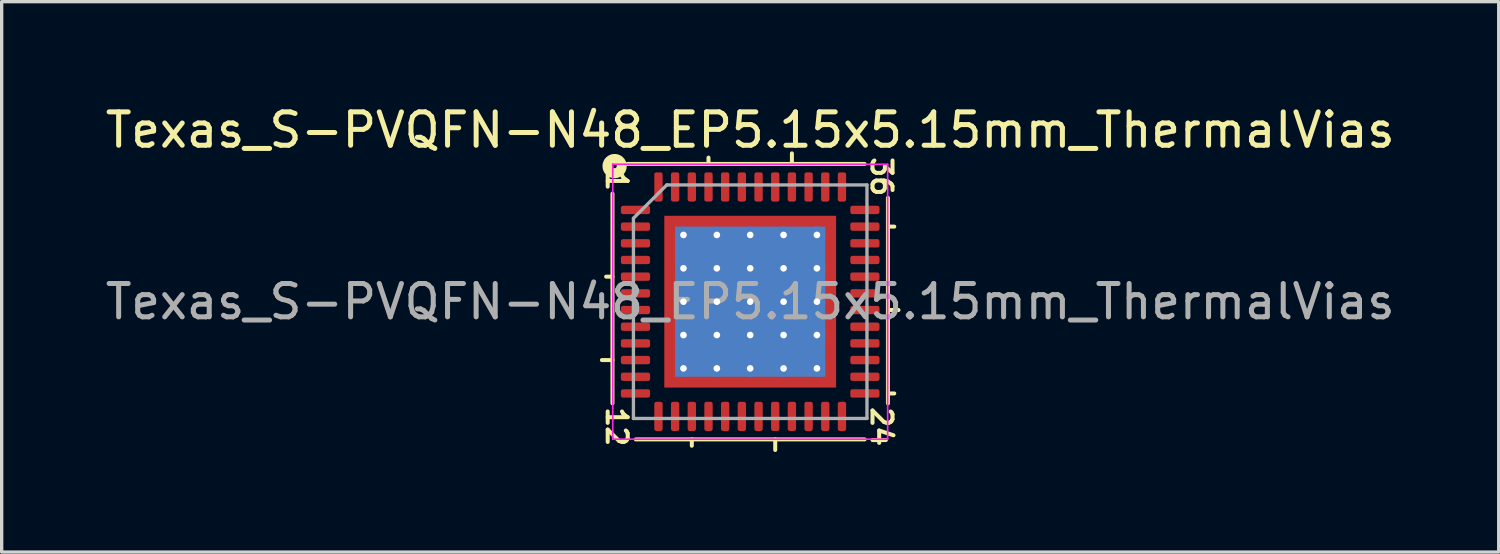
<source format=kicad_pcb>
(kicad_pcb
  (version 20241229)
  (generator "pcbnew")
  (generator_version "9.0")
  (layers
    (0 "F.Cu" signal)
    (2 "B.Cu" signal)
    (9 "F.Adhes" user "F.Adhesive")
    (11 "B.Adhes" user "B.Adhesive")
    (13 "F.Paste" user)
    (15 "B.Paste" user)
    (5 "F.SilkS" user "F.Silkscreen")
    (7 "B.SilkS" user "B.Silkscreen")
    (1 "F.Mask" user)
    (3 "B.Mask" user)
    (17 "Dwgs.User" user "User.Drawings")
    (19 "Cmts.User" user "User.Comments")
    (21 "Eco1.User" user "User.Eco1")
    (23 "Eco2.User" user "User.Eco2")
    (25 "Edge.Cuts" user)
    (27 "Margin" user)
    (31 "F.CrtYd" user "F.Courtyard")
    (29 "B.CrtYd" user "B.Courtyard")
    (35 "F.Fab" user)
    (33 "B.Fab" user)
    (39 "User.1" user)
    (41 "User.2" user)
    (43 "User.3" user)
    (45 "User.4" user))
  (footprint "Texas_S-PVQFN-N48_EP5.15x5.15mm_ThermalVias"
    (layer "F.Cu")
    (at 19.435 5.992)
    (property "Reference" "Texas_S-PVQFN-N48_EP5.15x5.15mm_ThermalVias" (at 0 -5.144 0) (layer "F.SilkS") (effects (font (size 1 1) (thickness 0.15))))
    (attr smd)
    (fp_line (start -4.128 -3.239) (end -4.128 3.048) (stroke (width 0.12) (type solid)) (layer "F.SilkS"))
    (fp_line (start -4.128 -0.75) (end -4.318 -0.75) (stroke (width 0.12) (type solid)) (layer "F.SilkS"))
    (fp_line (start -4.128 1.75) (end -4.445 1.75) (stroke (width 0.12) (type solid)) (layer "F.SilkS"))
    (fp_line (start -3.429 4.128) (end 3.429 4.128) (stroke (width 0.12) (type solid)) (layer "F.SilkS"))
    (fp_line (start -1.75 4.128) (end -1.75 4.318) (stroke (width 0.12) (type solid)) (layer "F.SilkS"))
    (fp_line (start -1.25 -4.128) (end -1.25 -4.318) (stroke (width 0.12) (type solid)) (layer "F.SilkS"))
    (fp_line (start 0.75 4.128) (end 0.75 4.445) (stroke (width 0.12) (type solid)) (layer "F.SilkS"))
    (fp_line (start 1.25 -4.128) (end 1.25 -4.445) (stroke (width 0.12) (type solid)) (layer "F.SilkS"))
    (fp_line (start 3.429 -4.128) (end -3.683 -4.128) (stroke (width 0.12) (type solid)) (layer "F.SilkS"))
    (fp_line (start 4.128 -2.25) (end 4.318 -2.25) (stroke (width 0.12) (type solid)) (layer "F.SilkS"))
    (fp_line (start 4.128 0.25) (end 4.445 0.25) (stroke (width 0.12) (type solid)) (layer "F.SilkS"))
    (fp_line (start 4.128 2.75) (end 4.318 2.75) (stroke (width 0.12) (type solid)) (layer "F.SilkS"))
    (fp_line (start 4.128 3.048) (end 4.128 -3.111) (stroke (width 0.12) (type solid)) (layer "F.SilkS"))
    (fp_circle (center -4.064 -4.064) (end -4 -4.064) (stroke (width 0.3) (type solid)) (fill no) (layer "F.SilkS"))
    (fp_line (start -4.12 -4.12) (end -4.12 4.12) (stroke (width 0.05) (type solid)) (layer "F.CrtYd"))
    (fp_line (start -4.12 4.12) (end 4.12 4.12) (stroke (width 0.05) (type solid)) (layer "F.CrtYd"))
    (fp_line (start 4.12 -4.12) (end -4.12 -4.12) (stroke (width 0.05) (type solid)) (layer "F.CrtYd"))
    (fp_line (start 4.12 4.12) (end 4.12 -4.12) (stroke (width 0.05) (type solid)) (layer "F.CrtYd"))
    (fp_line (start -3.5 -2.5) (end -2.5 -3.5) (stroke (width 0.1) (type solid)) (layer "F.Fab"))
    (fp_line (start -3.5 3.5) (end -3.5 -2.5) (stroke (width 0.1) (type solid)) (layer "F.Fab"))
    (fp_line (start -2.5 -3.5) (end 3.5 -3.5) (stroke (width 0.1) (type solid)) (layer "F.Fab"))
    (fp_line (start 3.5 -3.5) (end 3.5 3.5) (stroke (width 0.1) (type solid)) (layer "F.Fab"))
    (fp_line (start 3.5 3.5) (end -3.5 3.5) (stroke (width 0.1) (type solid)) (layer "F.Fab"))
    (fp_text user "1" (at -4 -3.619 270) (unlocked yes) (layer "F.SilkS") (effects (font (size 0.6 0.6) (thickness 0.12))))
    (fp_text user "36" (at 3.937 -3.747 270) (unlocked yes) (layer "F.SilkS") (effects (font (size 0.6 0.6) (thickness 0.12))))
    (fp_text user "24" (at 3.937 3.747 270) (unlocked yes) (layer "F.SilkS") (effects (font (size 0.6 0.6) (thickness 0.12))))
    (fp_text user "12" (at -4 3.747 270) (unlocked yes) (layer "F.SilkS") (effects (font (size 0.6 0.6) (thickness 0.12))))
    (fp_text user "${REFERENCE}" (at 0 0 0) (layer "F.Fab") (effects (font (size 1 1) (thickness 0.15))))
    (pad "" smd custom (at -2.288 -2.288) (size 0.342 0.342) (layers "F.Paste") (options (anchor circle)) (primitives (gr_poly (pts (xy 0.116 0.012) (xy 0.012 0.116) (xy -0.116 0.116) (xy -0.116 -0.116) (xy 0.116 -0.116)) (width 0.232) (fill yes))))
    (pad "" smd custom (at -2.288 -1.5) (size 0.371 0.371) (layers "F.Paste") (options (anchor circle)) (primitives (gr_poly (pts (xy 0.14 -0.235) (xy 0.14 0.235) (xy 0.063 0.311) (xy -0.14 0.311) (xy -0.14 -0.311) (xy 0.063 -0.311)) (width 0.184) (fill yes))))
    (pad "" smd custom (at -2.288 -0.5) (size 0.371 0.371) (layers "F.Paste") (options (anchor circle)) (primitives (gr_poly (pts (xy 0.14 -0.235) (xy 0.14 0.235) (xy 0.063 0.311) (xy -0.14 0.311) (xy -0.14 -0.311) (xy 0.063 -0.311)) (width 0.184) (fill yes))))
    (pad "" smd custom (at -2.288 0.5) (size 0.371 0.371) (layers "F.Paste") (options (anchor circle)) (primitives (gr_poly (pts (xy 0.14 -0.235) (xy 0.14 0.235) (xy 0.063 0.311) (xy -0.14 0.311) (xy -0.14 -0.311) (xy 0.063 -0.311)) (width 0.184) (fill yes))))
    (pad "" smd custom (at -2.288 1.5) (size 0.371 0.371) (layers "F.Paste") (options (anchor circle)) (primitives (gr_poly (pts (xy 0.14 -0.235) (xy 0.14 0.235) (xy 0.063 0.311) (xy -0.14 0.311) (xy -0.14 -0.311) (xy 0.063 -0.311)) (width 0.184) (fill yes))))
    (pad "" smd custom (at -2.288 2.288) (size 0.342 0.342) (layers "F.Paste") (options (anchor circle)) (primitives (gr_poly (pts (xy 0.116 -0.012) (xy 0.116 0.116) (xy -0.116 0.116) (xy -0.116 -0.116) (xy 0.012 -0.116)) (width 0.232) (fill yes))))
    (pad "" smd custom (at -1.5 -2.288) (size 0.371 0.371) (layers "F.Paste") (options (anchor circle)) (primitives (gr_poly (pts (xy 0.311 0.063) (xy 0.235 0.14) (xy -0.235 0.14) (xy -0.311 0.063) (xy -0.311 -0.14) (xy 0.311 -0.14)) (width 0.184) (fill yes))))
    (pad "" smd roundrect (at -1.5 -1.5) (size 0.806 0.806) (layers "F.Paste") (roundrect_rratio 0.25))
    (pad "" smd roundrect (at -1.5 -0.5) (size 0.806 0.806) (layers "F.Paste") (roundrect_rratio 0.25))
    (pad "" smd roundrect (at -1.5 0.5) (size 0.806 0.806) (layers "F.Paste") (roundrect_rratio 0.25))
    (pad "" smd roundrect (at -1.5 1.5) (size 0.806 0.806) (layers "F.Paste") (roundrect_rratio 0.25))
    (pad "" smd custom (at -1.5 2.288) (size 0.371 0.371) (layers "F.Paste") (options (anchor circle)) (primitives (gr_poly (pts (xy 0.311 -0.063) (xy 0.311 0.14) (xy -0.311 0.14) (xy -0.311 -0.063) (xy -0.235 -0.14) (xy 0.235 -0.14)) (width 0.184) (fill yes))))
    (pad "" smd custom (at -0.5 -2.288) (size 0.371 0.371) (layers "F.Paste") (options (anchor circle)) (primitives (gr_poly (pts (xy 0.311 0.063) (xy 0.235 0.14) (xy -0.235 0.14) (xy -0.311 0.063) (xy -0.311 -0.14) (xy 0.311 -0.14)) (width 0.184) (fill yes))))
    (pad "" smd roundrect (at -0.5 -1.5) (size 0.806 0.806) (layers "F.Paste") (roundrect_rratio 0.25))
    (pad "" smd roundrect (at -0.5 -0.5) (size 0.806 0.806) (layers "F.Paste") (roundrect_rratio 0.25))
    (pad "" smd roundrect (at -0.5 0.5) (size 0.806 0.806) (layers "F.Paste") (roundrect_rratio 0.25))
    (pad "" smd roundrect (at -0.5 1.5) (size 0.806 0.806) (layers "F.Paste") (roundrect_rratio 0.25))
    (pad "" smd custom (at -0.5 2.288) (size 0.371 0.371) (layers "F.Paste") (options (anchor circle)) (primitives (gr_poly (pts (xy 0.311 -0.063) (xy 0.311 0.14) (xy -0.311 0.14) (xy -0.311 -0.063) (xy -0.235 -0.14) (xy 0.235 -0.14)) (width 0.184) (fill yes))))
    (pad "" smd custom (at 0.5 -2.288) (size 0.371 0.371) (layers "F.Paste") (options (anchor circle)) (primitives (gr_poly (pts (xy 0.311 0.063) (xy 0.235 0.14) (xy -0.235 0.14) (xy -0.311 0.063) (xy -0.311 -0.14) (xy 0.311 -0.14)) (width 0.184) (fill yes))))
    (pad "" smd roundrect (at 0.5 -1.5) (size 0.806 0.806) (layers "F.Paste") (roundrect_rratio 0.25))
    (pad "" smd roundrect (at 0.5 -0.5) (size 0.806 0.806) (layers "F.Paste") (roundrect_rratio 0.25))
    (pad "" smd roundrect (at 0.5 0.5) (size 0.806 0.806) (layers "F.Paste") (roundrect_rratio 0.25))
    (pad "" smd roundrect (at 0.5 1.5) (size 0.806 0.806) (layers "F.Paste") (roundrect_rratio 0.25))
    (pad "" smd custom (at 0.5 2.288) (size 0.371 0.371) (layers "F.Paste") (options (anchor circle)) (primitives (gr_poly (pts (xy 0.311 -0.063) (xy 0.311 0.14) (xy -0.311 0.14) (xy -0.311 -0.063) (xy -0.235 -0.14) (xy 0.235 -0.14)) (width 0.184) (fill yes))))
    (pad "" smd custom (at 1.5 -2.288) (size 0.371 0.371) (layers "F.Paste") (options (anchor circle)) (primitives (gr_poly (pts (xy 0.311 0.063) (xy 0.235 0.14) (xy -0.235 0.14) (xy -0.311 0.063) (xy -0.311 -0.14) (xy 0.311 -0.14)) (width 0.184) (fill yes))))
    (pad "" smd roundrect (at 1.5 -1.5) (size 0.806 0.806) (layers "F.Paste") (roundrect_rratio 0.25))
    (pad "" smd roundrect (at 1.5 -0.5) (size 0.806 0.806) (layers "F.Paste") (roundrect_rratio 0.25))
    (pad "" smd roundrect (at 1.5 0.5) (size 0.806 0.806) (layers "F.Paste") (roundrect_rratio 0.25))
    (pad "" smd roundrect (at 1.5 1.5) (size 0.806 0.806) (layers "F.Paste") (roundrect_rratio 0.25))
    (pad "" smd custom (at 1.5 2.288) (size 0.371 0.371) (layers "F.Paste") (options (anchor circle)) (primitives (gr_poly (pts (xy 0.311 -0.063) (xy 0.311 0.14) (xy -0.311 0.14) (xy -0.311 -0.063) (xy -0.235 -0.14) (xy 0.235 -0.14)) (width 0.184) (fill yes))))
    (pad "" smd custom (at 2.288 -2.288) (size 0.342 0.342) (layers "F.Paste") (options (anchor circle)) (primitives (gr_poly (pts (xy 0.116 0.116) (xy -0.012 0.116) (xy -0.116 0.012) (xy -0.116 -0.116) (xy 0.116 -0.116)) (width 0.232) (fill yes))))
    (pad "" smd custom (at 2.288 -1.5) (size 0.371 0.371) (layers "F.Paste") (options (anchor circle)) (primitives (gr_poly (pts (xy 0.14 0.311) (xy -0.063 0.311) (xy -0.14 0.235) (xy -0.14 -0.235) (xy -0.063 -0.311) (xy 0.14 -0.311)) (width 0.184) (fill yes))))
    (pad "" smd custom (at 2.288 -0.5) (size 0.371 0.371) (layers "F.Paste") (options (anchor circle)) (primitives (gr_poly (pts (xy 0.14 0.311) (xy -0.063 0.311) (xy -0.14 0.235) (xy -0.14 -0.235) (xy -0.063 -0.311) (xy 0.14 -0.311)) (width 0.184) (fill yes))))
    (pad "" smd custom (at 2.288 0.5) (size 0.371 0.371) (layers "F.Paste") (options (anchor circle)) (primitives (gr_poly (pts (xy 0.14 0.311) (xy -0.063 0.311) (xy -0.14 0.235) (xy -0.14 -0.235) (xy -0.063 -0.311) (xy 0.14 -0.311)) (width 0.184) (fill yes))))
    (pad "" smd custom (at 2.288 1.5) (size 0.371 0.371) (layers "F.Paste") (options (anchor circle)) (primitives (gr_poly (pts (xy 0.14 0.311) (xy -0.063 0.311) (xy -0.14 0.235) (xy -0.14 -0.235) (xy -0.063 -0.311) (xy 0.14 -0.311)) (width 0.184) (fill yes))))
    (pad "" smd custom (at 2.288 2.288) (size 0.342 0.342) (layers "F.Paste") (options (anchor circle)) (primitives (gr_poly (pts (xy 0.116 0.116) (xy -0.116 0.116) (xy -0.116 -0.012) (xy -0.012 -0.116) (xy 0.116 -0.116)) (width 0.232) (fill yes))))
    (pad "1" smd roundrect (at -3.438 -2.75) (size 0.875 0.25) (layers "F.Cu" "F.Mask" "F.Paste") (roundrect_rratio 0.25))
    (pad "2" smd roundrect (at -3.438 -2.25) (size 0.875 0.25) (layers "F.Cu" "F.Mask" "F.Paste") (roundrect_rratio 0.25))
    (pad "3" smd roundrect (at -3.438 -1.75) (size 0.875 0.25) (layers "F.Cu" "F.Mask" "F.Paste") (roundrect_rratio 0.25))
    (pad "4" smd roundrect (at -3.438 -1.25) (size 0.875 0.25) (layers "F.Cu" "F.Mask" "F.Paste") (roundrect_rratio 0.25))
    (pad "5" smd roundrect (at -3.438 -0.75) (size 0.875 0.25) (layers "F.Cu" "F.Mask" "F.Paste") (roundrect_rratio 0.25))
    (pad "6" smd roundrect (at -3.438 -0.25) (size 0.875 0.25) (layers "F.Cu" "F.Mask" "F.Paste") (roundrect_rratio 0.25))
    (pad "7" smd roundrect (at -3.438 0.25) (size 0.875 0.25) (layers "F.Cu" "F.Mask" "F.Paste") (roundrect_rratio 0.25))
    (pad "8" smd roundrect (at -3.438 0.75) (size 0.875 0.25) (layers "F.Cu" "F.Mask" "F.Paste") (roundrect_rratio 0.25))
    (pad "9" smd roundrect (at -3.438 1.25) (size 0.875 0.25) (layers "F.Cu" "F.Mask" "F.Paste") (roundrect_rratio 0.25))
    (pad "10" smd roundrect (at -3.438 1.75) (size 0.875 0.25) (layers "F.Cu" "F.Mask" "F.Paste") (roundrect_rratio 0.25))
    (pad "11" smd roundrect (at -3.438 2.25) (size 0.875 0.25) (layers "F.Cu" "F.Mask" "F.Paste") (roundrect_rratio 0.25))
    (pad "12" smd roundrect (at -3.438 2.75) (size 0.875 0.25) (layers "F.Cu" "F.Mask" "F.Paste") (roundrect_rratio 0.25))
    (pad "13" smd roundrect (at -2.75 3.438) (size 0.25 0.875) (layers "F.Cu" "F.Mask" "F.Paste") (roundrect_rratio 0.25))
    (pad "14" smd roundrect (at -2.25 3.438) (size 0.25 0.875) (layers "F.Cu" "F.Mask" "F.Paste") (roundrect_rratio 0.25))
    (pad "15" smd roundrect (at -1.75 3.438) (size 0.25 0.875) (layers "F.Cu" "F.Mask" "F.Paste") (roundrect_rratio 0.25))
    (pad "16" smd roundrect (at -1.25 3.438) (size 0.25 0.875) (layers "F.Cu" "F.Mask" "F.Paste") (roundrect_rratio 0.25))
    (pad "17" smd roundrect (at -0.75 3.438) (size 0.25 0.875) (layers "F.Cu" "F.Mask" "F.Paste") (roundrect_rratio 0.25))
    (pad "18" smd roundrect (at -0.25 3.438) (size 0.25 0.875) (layers "F.Cu" "F.Mask" "F.Paste") (roundrect_rratio 0.25))
    (pad "19" smd roundrect (at 0.25 3.438) (size 0.25 0.875) (layers "F.Cu" "F.Mask" "F.Paste") (roundrect_rratio 0.25))
    (pad "20" smd roundrect (at 0.75 3.438) (size 0.25 0.875) (layers "F.Cu" "F.Mask" "F.Paste") (roundrect_rratio 0.25))
    (pad "21" smd roundrect (at 1.25 3.438) (size 0.25 0.875) (layers "F.Cu" "F.Mask" "F.Paste") (roundrect_rratio 0.25))
    (pad "22" smd roundrect (at 1.75 3.438) (size 0.25 0.875) (layers "F.Cu" "F.Mask" "F.Paste") (roundrect_rratio 0.25))
    (pad "23" smd roundrect (at 2.25 3.438) (size 0.25 0.875) (layers "F.Cu" "F.Mask" "F.Paste") (roundrect_rratio 0.25))
    (pad "24" smd roundrect (at 2.75 3.438) (size 0.25 0.875) (layers "F.Cu" "F.Mask" "F.Paste") (roundrect_rratio 0.25))
    (pad "25" smd roundrect (at 3.438 2.75) (size 0.875 0.25) (layers "F.Cu" "F.Mask" "F.Paste") (roundrect_rratio 0.25))
    (pad "26" smd roundrect (at 3.438 2.25) (size 0.875 0.25) (layers "F.Cu" "F.Mask" "F.Paste") (roundrect_rratio 0.25))
    (pad "27" smd roundrect (at 3.438 1.75) (size 0.875 0.25) (layers "F.Cu" "F.Mask" "F.Paste") (roundrect_rratio 0.25))
    (pad "28" smd roundrect (at 3.438 1.25) (size 0.875 0.25) (layers "F.Cu" "F.Mask" "F.Paste") (roundrect_rratio 0.25))
    (pad "29" smd roundrect (at 3.438 0.75) (size 0.875 0.25) (layers "F.Cu" "F.Mask" "F.Paste") (roundrect_rratio 0.25))
    (pad "30" smd roundrect (at 3.438 0.25) (size 0.875 0.25) (layers "F.Cu" "F.Mask" "F.Paste") (roundrect_rratio 0.25))
    (pad "31" smd roundrect (at 3.438 -0.25) (size 0.875 0.25) (layers "F.Cu" "F.Mask" "F.Paste") (roundrect_rratio 0.25))
    (pad "32" smd roundrect (at 3.438 -0.75) (size 0.875 0.25) (layers "F.Cu" "F.Mask" "F.Paste") (roundrect_rratio 0.25))
    (pad "33" smd roundrect (at 3.438 -1.25) (size 0.875 0.25) (layers "F.Cu" "F.Mask" "F.Paste") (roundrect_rratio 0.25))
    (pad "34" smd roundrect (at 3.438 -1.75) (size 0.875 0.25) (layers "F.Cu" "F.Mask" "F.Paste") (roundrect_rratio 0.25))
    (pad "35" smd roundrect (at 3.438 -2.25) (size 0.875 0.25) (layers "F.Cu" "F.Mask" "F.Paste") (roundrect_rratio 0.25))
    (pad "36" smd roundrect (at 3.438 -2.75) (size 0.875 0.25) (layers "F.Cu" "F.Mask" "F.Paste") (roundrect_rratio 0.25))
    (pad "37" smd roundrect (at 2.75 -3.438) (size 0.25 0.875) (layers "F.Cu" "F.Mask" "F.Paste") (roundrect_rratio 0.25))
    (pad "38" smd roundrect (at 2.25 -3.438) (size 0.25 0.875) (layers "F.Cu" "F.Mask" "F.Paste") (roundrect_rratio 0.25))
    (pad "39" smd roundrect (at 1.75 -3.438) (size 0.25 0.875) (layers "F.Cu" "F.Mask" "F.Paste") (roundrect_rratio 0.25))
    (pad "40" smd roundrect (at 1.25 -3.438) (size 0.25 0.875) (layers "F.Cu" "F.Mask" "F.Paste") (roundrect_rratio 0.25))
    (pad "41" smd roundrect (at 0.75 -3.438) (size 0.25 0.875) (layers "F.Cu" "F.Mask" "F.Paste") (roundrect_rratio 0.25))
    (pad "42" smd roundrect (at 0.25 -3.438) (size 0.25 0.875) (layers "F.Cu" "F.Mask" "F.Paste") (roundrect_rratio 0.25))
    (pad "43" smd roundrect (at -0.25 -3.438) (size 0.25 0.875) (layers "F.Cu" "F.Mask" "F.Paste") (roundrect_rratio 0.25))
    (pad "44" smd roundrect (at -0.75 -3.438) (size 0.25 0.875) (layers "F.Cu" "F.Mask" "F.Paste") (roundrect_rratio 0.25))
    (pad "45" smd roundrect (at -1.25 -3.438) (size 0.25 0.875) (layers "F.Cu" "F.Mask" "F.Paste") (roundrect_rratio 0.25))
    (pad "46" smd roundrect (at -1.75 -3.438) (size 0.25 0.875) (layers "F.Cu" "F.Mask" "F.Paste") (roundrect_rratio 0.25))
    (pad "47" smd roundrect (at -2.25 -3.438) (size 0.25 0.875) (layers "F.Cu" "F.Mask" "F.Paste") (roundrect_rratio 0.25))
    (pad "48" smd roundrect (at -2.75 -3.438) (size 0.25 0.875) (layers "F.Cu" "F.Mask" "F.Paste") (roundrect_rratio 0.25))
    (pad "49" thru_hole circle (at -2 -2) (size 0.5 0.5) (drill 0.2) (layers "*.Cu"))
    (pad "49" thru_hole circle (at -2 -1) (size 0.5 0.5) (drill 0.2) (layers "*.Cu"))
    (pad "49" thru_hole circle (at -2 0) (size 0.5 0.5) (drill 0.2) (layers "*.Cu"))
    (pad "49" thru_hole circle (at -2 1) (size 0.5 0.5) (drill 0.2) (layers "*.Cu"))
    (pad "49" thru_hole circle (at -2 2) (size 0.5 0.5) (drill 0.2) (layers "*.Cu"))
    (pad "49" thru_hole circle (at -1 -2) (size 0.5 0.5) (drill 0.2) (layers "*.Cu"))
    (pad "49" thru_hole circle (at -1 -1) (size 0.5 0.5) (drill 0.2) (layers "*.Cu"))
    (pad "49" thru_hole circle (at -1 0) (size 0.5 0.5) (drill 0.2) (layers "*.Cu"))
    (pad "49" thru_hole circle (at -1 1) (size 0.5 0.5) (drill 0.2) (layers "*.Cu"))
    (pad "49" thru_hole circle (at -1 2) (size 0.5 0.5) (drill 0.2) (layers "*.Cu"))
    (pad "49" thru_hole circle (at 0 -2) (size 0.5 0.5) (drill 0.2) (layers "*.Cu"))
    (pad "49" thru_hole circle (at 0 -1) (size 0.5 0.5) (drill 0.2) (layers "*.Cu"))
    (pad "49" thru_hole circle (at 0 0) (size 0.5 0.5) (drill 0.2) (layers "*.Cu"))
    (pad "49" smd rect (at 0 0) (size 4.5 4.5) (layers "B.Cu" "B.Mask"))
    (pad "49" smd rect (at 0 0) (size 5.15 5.15) (layers "F.Cu" "F.Mask"))
    (pad "49" thru_hole circle (at 0 1) (size 0.5 0.5) (drill 0.2) (layers "*.Cu"))
    (pad "49" thru_hole circle (at 0 2) (size 0.5 0.5) (drill 0.2) (layers "*.Cu"))
    (pad "49" thru_hole circle (at 1 -2) (size 0.5 0.5) (drill 0.2) (layers "*.Cu"))
    (pad "49" thru_hole circle (at 1 -1) (size 0.5 0.5) (drill 0.2) (layers "*.Cu"))
    (pad "49" thru_hole circle (at 1 0) (size 0.5 0.5) (drill 0.2) (layers "*.Cu"))
    (pad "49" thru_hole circle (at 1 1) (size 0.5 0.5) (drill 0.2) (layers "*.Cu"))
    (pad "49" thru_hole circle (at 1 2) (size 0.5 0.5) (drill 0.2) (layers "*.Cu"))
    (pad "49" thru_hole circle (at 2 -2) (size 0.5 0.5) (drill 0.2) (layers "*.Cu"))
    (pad "49" thru_hole circle (at 2 -1) (size 0.5 0.5) (drill 0.2) (layers "*.Cu"))
    (pad "49" thru_hole circle (at 2 0) (size 0.5 0.5) (drill 0.2) (layers "*.Cu"))
    (pad "49" thru_hole circle (at 2 1) (size 0.5 0.5) (drill 0.2) (layers "*.Cu"))
    (pad "49" thru_hole circle (at 2 2) (size 0.5 0.5) (drill 0.2) (layers "*.Cu")))
  (gr_rect
    (start -3 -3)
    (end 41.869 13.497)
    (stroke (width 0.1) (type default))
    (fill no)
    (layer "Edge.Cuts")))
</source>
